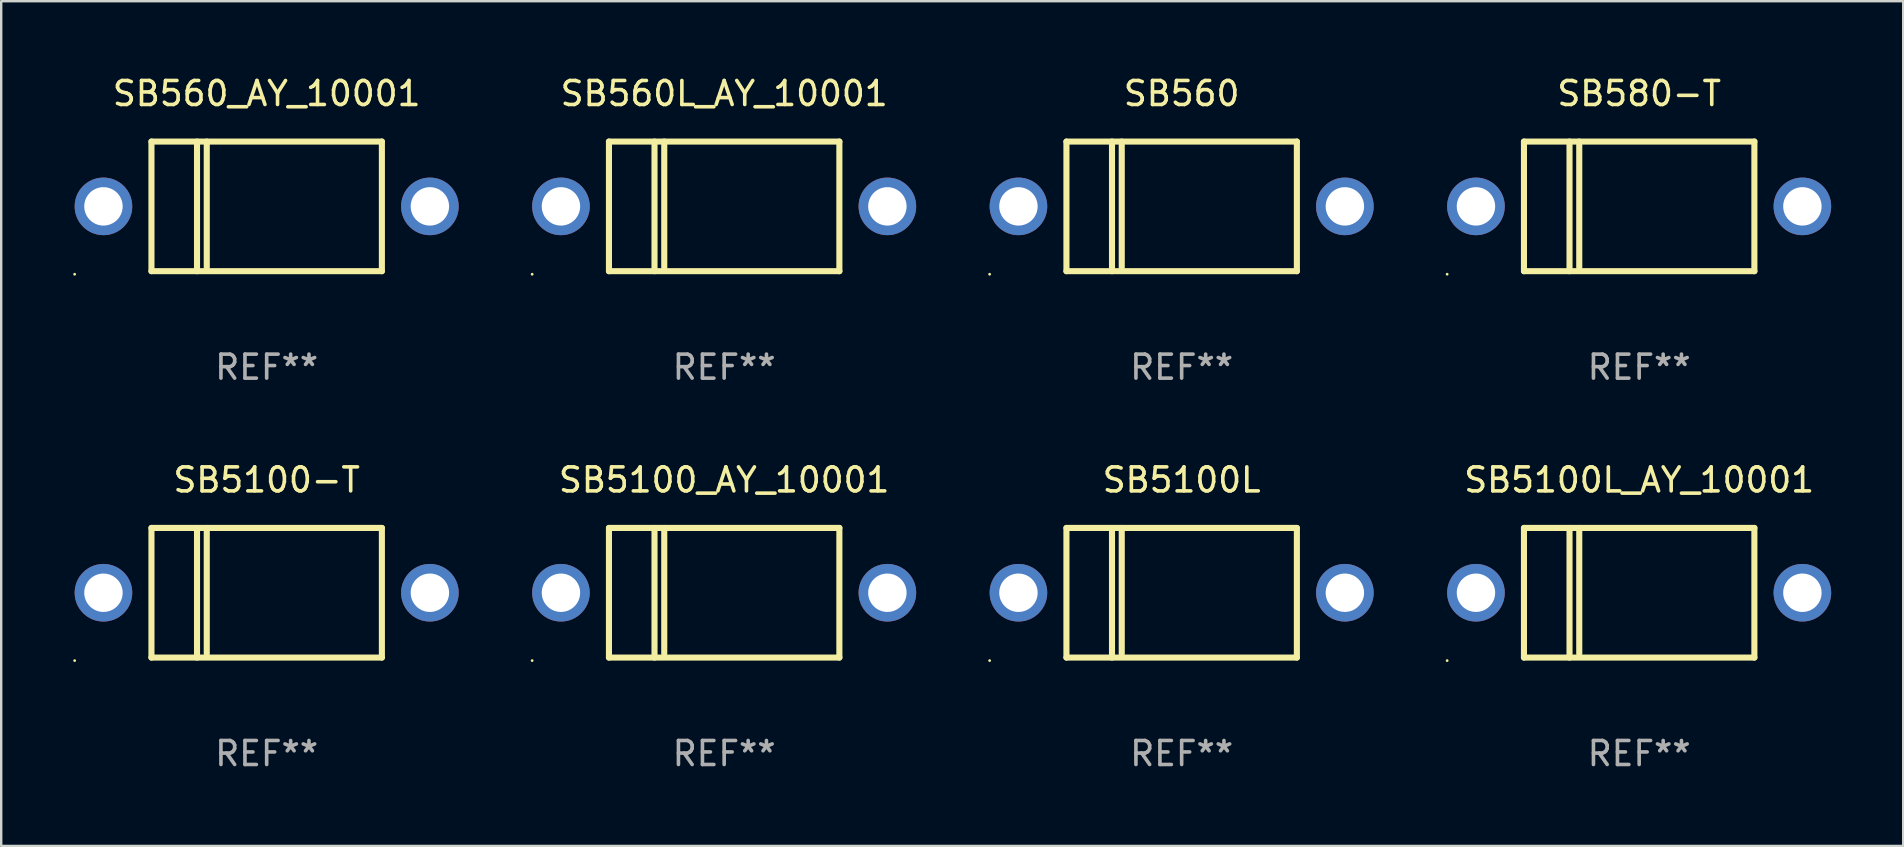
<source format=kicad_pcb>
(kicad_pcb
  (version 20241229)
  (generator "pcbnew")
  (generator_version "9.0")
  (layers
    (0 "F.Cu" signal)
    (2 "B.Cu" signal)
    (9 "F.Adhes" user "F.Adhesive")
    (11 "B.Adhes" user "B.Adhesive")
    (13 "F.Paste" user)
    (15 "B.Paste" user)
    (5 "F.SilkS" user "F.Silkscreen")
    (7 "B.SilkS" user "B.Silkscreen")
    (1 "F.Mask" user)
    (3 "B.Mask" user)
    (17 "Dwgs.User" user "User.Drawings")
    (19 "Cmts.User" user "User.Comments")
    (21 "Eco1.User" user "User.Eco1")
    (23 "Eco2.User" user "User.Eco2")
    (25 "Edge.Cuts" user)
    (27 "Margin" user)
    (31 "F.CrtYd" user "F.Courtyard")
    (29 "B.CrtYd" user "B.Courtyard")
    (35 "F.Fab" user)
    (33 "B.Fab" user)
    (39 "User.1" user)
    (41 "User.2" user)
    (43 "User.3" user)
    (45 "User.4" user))
  (footprint "SB560_AY_10001"
    (layer "F.Cu")
    (at 8.06 5.548)
    (property "Reference" "SB560_AY_10001" (at 0 -4.7 0) (layer "F.SilkS") (effects (font (size 1 1) (thickness 0.15))))
    (attr through_hole)
    (fp_line (start -4.8 -2.7) (end -4.8 2.7) (stroke (width 0.254) (type solid)) (layer "F.SilkS"))
    (fp_line (start -4.8 -2.7) (end 4.8 -2.7) (stroke (width 0.254) (type solid)) (layer "F.SilkS"))
    (fp_line (start -2.902 -2.7) (end -2.902 2.7) (stroke (width 0.254) (type solid)) (layer "F.SilkS"))
    (fp_line (start -2.496 -2.7) (end -2.496 2.54) (stroke (width 0.254) (type solid)) (layer "F.SilkS"))
    (fp_line (start 4.8 -2.7) (end 4.8 2.7) (stroke (width 0.254) (type solid)) (layer "F.SilkS"))
    (fp_line (start 4.8 2.7) (end -4.8 2.7) (stroke (width 0.254) (type solid)) (layer "F.SilkS"))
    (fp_circle (center -8 2.827) (end -7.97 2.827) (stroke (width 0.06) (type solid)) (fill no) (layer "F.SilkS"))
    (fp_text user "REF**" (at 0 6.7 0) (layer "F.Fab") (effects (font (size 1 1) (thickness 0.15))))
    (pad "1" thru_hole circle (at -6.8 0) (size 2.4 2.4) (drill 1.6) (layers "*.Cu" "*.Mask"))
    (pad "2" thru_hole circle (at 6.8 0) (size 2.4 2.4) (drill 1.6) (layers "*.Cu" "*.Mask")))
  (footprint "SB560"
    (layer "F.Cu")
    (at 46.18 5.548)
    (property "Reference" "SB560" (at 0 -4.7 0) (layer "F.SilkS") (effects (font (size 1 1) (thickness 0.15))))
    (attr through_hole)
    (fp_line (start -4.8 -2.7) (end -4.8 2.7) (stroke (width 0.254) (type solid)) (layer "F.SilkS"))
    (fp_line (start -4.8 -2.7) (end 4.8 -2.7) (stroke (width 0.254) (type solid)) (layer "F.SilkS"))
    (fp_line (start -2.902 -2.7) (end -2.902 2.7) (stroke (width 0.254) (type solid)) (layer "F.SilkS"))
    (fp_line (start -2.496 -2.7) (end -2.496 2.54) (stroke (width 0.254) (type solid)) (layer "F.SilkS"))
    (fp_line (start 4.8 -2.7) (end 4.8 2.7) (stroke (width 0.254) (type solid)) (layer "F.SilkS"))
    (fp_line (start 4.8 2.7) (end -4.8 2.7) (stroke (width 0.254) (type solid)) (layer "F.SilkS"))
    (fp_circle (center -8 2.827) (end -7.97 2.827) (stroke (width 0.06) (type solid)) (fill no) (layer "F.SilkS"))
    (fp_text user "REF**" (at 0 6.7 0) (layer "F.Fab") (effects (font (size 1 1) (thickness 0.15))))
    (pad "1" thru_hole circle (at -6.8 0) (size 2.4 2.4) (drill 1.6) (layers "*.Cu" "*.Mask"))
    (pad "2" thru_hole circle (at 6.8 0) (size 2.4 2.4) (drill 1.6) (layers "*.Cu" "*.Mask")))
  (footprint "SB5100L_AY_10001"
    (layer "F.Cu")
    (at 65.241 21.645)
    (property "Reference" "SB5100L_AY_10001" (at 0 -4.7 0) (layer "F.SilkS") (effects (font (size 1 1) (thickness 0.15))))
    (attr through_hole)
    (fp_line (start -4.8 -2.7) (end -4.8 2.7) (stroke (width 0.254) (type solid)) (layer "F.SilkS"))
    (fp_line (start -4.8 -2.7) (end 4.8 -2.7) (stroke (width 0.254) (type solid)) (layer "F.SilkS"))
    (fp_line (start -2.902 -2.7) (end -2.902 2.7) (stroke (width 0.254) (type solid)) (layer "F.SilkS"))
    (fp_line (start -2.496 -2.7) (end -2.496 2.54) (stroke (width 0.254) (type solid)) (layer "F.SilkS"))
    (fp_line (start 4.8 -2.7) (end 4.8 2.7) (stroke (width 0.254) (type solid)) (layer "F.SilkS"))
    (fp_line (start 4.8 2.7) (end -4.8 2.7) (stroke (width 0.254) (type solid)) (layer "F.SilkS"))
    (fp_circle (center -8 2.827) (end -7.97 2.827) (stroke (width 0.06) (type solid)) (fill no) (layer "F.SilkS"))
    (fp_text user "REF**" (at 0 6.7 0) (layer "F.Fab") (effects (font (size 1 1) (thickness 0.15))))
    (pad "1" thru_hole circle (at -6.8 0) (size 2.4 2.4) (drill 1.6) (layers "*.Cu" "*.Mask"))
    (pad "2" thru_hole circle (at 6.8 0) (size 2.4 2.4) (drill 1.6) (layers "*.Cu" "*.Mask")))
  (footprint "SB5100L"
    (layer "F.Cu")
    (at 46.18 21.645)
    (property "Reference" "SB5100L" (at 0 -4.7 0) (layer "F.SilkS") (effects (font (size 1 1) (thickness 0.15))))
    (attr through_hole)
    (fp_line (start -4.8 -2.7) (end -4.8 2.7) (stroke (width 0.254) (type solid)) (layer "F.SilkS"))
    (fp_line (start -4.8 -2.7) (end 4.8 -2.7) (stroke (width 0.254) (type solid)) (layer "F.SilkS"))
    (fp_line (start -2.902 -2.7) (end -2.902 2.7) (stroke (width 0.254) (type solid)) (layer "F.SilkS"))
    (fp_line (start -2.496 -2.7) (end -2.496 2.54) (stroke (width 0.254) (type solid)) (layer "F.SilkS"))
    (fp_line (start 4.8 -2.7) (end 4.8 2.7) (stroke (width 0.254) (type solid)) (layer "F.SilkS"))
    (fp_line (start 4.8 2.7) (end -4.8 2.7) (stroke (width 0.254) (type solid)) (layer "F.SilkS"))
    (fp_circle (center -8 2.827) (end -7.97 2.827) (stroke (width 0.06) (type solid)) (fill no) (layer "F.SilkS"))
    (fp_text user "REF**" (at 0 6.7 0) (layer "F.Fab") (effects (font (size 1 1) (thickness 0.15))))
    (pad "1" thru_hole circle (at -6.8 0) (size 2.4 2.4) (drill 1.6) (layers "*.Cu" "*.Mask"))
    (pad "2" thru_hole circle (at 6.8 0) (size 2.4 2.4) (drill 1.6) (layers "*.Cu" "*.Mask")))
  (footprint "SB5100_AY_10001"
    (layer "F.Cu")
    (at 27.12 21.645)
    (property "Reference" "SB5100_AY_10001" (at 0 -4.7 0) (layer "F.SilkS") (effects (font (size 1 1) (thickness 0.15))))
    (attr through_hole)
    (fp_line (start -4.8 -2.7) (end -4.8 2.7) (stroke (width 0.254) (type solid)) (layer "F.SilkS"))
    (fp_line (start -4.8 -2.7) (end 4.8 -2.7) (stroke (width 0.254) (type solid)) (layer "F.SilkS"))
    (fp_line (start -2.902 -2.7) (end -2.902 2.7) (stroke (width 0.254) (type solid)) (layer "F.SilkS"))
    (fp_line (start -2.496 -2.7) (end -2.496 2.54) (stroke (width 0.254) (type solid)) (layer "F.SilkS"))
    (fp_line (start 4.8 -2.7) (end 4.8 2.7) (stroke (width 0.254) (type solid)) (layer "F.SilkS"))
    (fp_line (start 4.8 2.7) (end -4.8 2.7) (stroke (width 0.254) (type solid)) (layer "F.SilkS"))
    (fp_circle (center -8 2.827) (end -7.97 2.827) (stroke (width 0.06) (type solid)) (fill no) (layer "F.SilkS"))
    (fp_text user "REF**" (at 0 6.7 0) (layer "F.Fab") (effects (font (size 1 1) (thickness 0.15))))
    (pad "1" thru_hole circle (at -6.8 0) (size 2.4 2.4) (drill 1.6) (layers "*.Cu" "*.Mask"))
    (pad "2" thru_hole circle (at 6.8 0) (size 2.4 2.4) (drill 1.6) (layers "*.Cu" "*.Mask")))
  (footprint "SB5100-T"
    (layer "F.Cu")
    (at 8.06 21.645)
    (property "Reference" "SB5100-T" (at 0 -4.7 0) (layer "F.SilkS") (effects (font (size 1 1) (thickness 0.15))))
    (attr through_hole)
    (fp_line (start -4.8 -2.7) (end -4.8 2.7) (stroke (width 0.254) (type solid)) (layer "F.SilkS"))
    (fp_line (start -4.8 -2.7) (end 4.8 -2.7) (stroke (width 0.254) (type solid)) (layer "F.SilkS"))
    (fp_line (start -2.902 -2.7) (end -2.902 2.7) (stroke (width 0.254) (type solid)) (layer "F.SilkS"))
    (fp_line (start -2.496 -2.7) (end -2.496 2.54) (stroke (width 0.254) (type solid)) (layer "F.SilkS"))
    (fp_line (start 4.8 -2.7) (end 4.8 2.7) (stroke (width 0.254) (type solid)) (layer "F.SilkS"))
    (fp_line (start 4.8 2.7) (end -4.8 2.7) (stroke (width 0.254) (type solid)) (layer "F.SilkS"))
    (fp_circle (center -8 2.827) (end -7.97 2.827) (stroke (width 0.06) (type solid)) (fill no) (layer "F.SilkS"))
    (fp_text user "REF**" (at 0 6.7 0) (layer "F.Fab") (effects (font (size 1 1) (thickness 0.15))))
    (pad "1" thru_hole circle (at -6.8 0) (size 2.4 2.4) (drill 1.6) (layers "*.Cu" "*.Mask"))
    (pad "2" thru_hole circle (at 6.8 0) (size 2.4 2.4) (drill 1.6) (layers "*.Cu" "*.Mask")))
  (footprint "SB560L_AY_10001"
    (layer "F.Cu")
    (at 27.12 5.548)
    (property "Reference" "SB560L_AY_10001" (at 0 -4.7 0) (layer "F.SilkS") (effects (font (size 1 1) (thickness 0.15))))
    (attr through_hole)
    (fp_line (start -4.8 -2.7) (end -4.8 2.7) (stroke (width 0.254) (type solid)) (layer "F.SilkS"))
    (fp_line (start -4.8 -2.7) (end 4.8 -2.7) (stroke (width 0.254) (type solid)) (layer "F.SilkS"))
    (fp_line (start -2.902 -2.7) (end -2.902 2.7) (stroke (width 0.254) (type solid)) (layer "F.SilkS"))
    (fp_line (start -2.496 -2.7) (end -2.496 2.54) (stroke (width 0.254) (type solid)) (layer "F.SilkS"))
    (fp_line (start 4.8 -2.7) (end 4.8 2.7) (stroke (width 0.254) (type solid)) (layer "F.SilkS"))
    (fp_line (start 4.8 2.7) (end -4.8 2.7) (stroke (width 0.254) (type solid)) (layer "F.SilkS"))
    (fp_circle (center -8 2.827) (end -7.97 2.827) (stroke (width 0.06) (type solid)) (fill no) (layer "F.SilkS"))
    (fp_text user "REF**" (at 0 6.7 0) (layer "F.Fab") (effects (font (size 1 1) (thickness 0.15))))
    (pad "1" thru_hole circle (at -6.8 0) (size 2.4 2.4) (drill 1.6) (layers "*.Cu" "*.Mask"))
    (pad "2" thru_hole circle (at 6.8 0) (size 2.4 2.4) (drill 1.6) (layers "*.Cu" "*.Mask")))
  (footprint "SB580-T"
    (layer "F.Cu")
    (at 65.241 5.548)
    (property "Reference" "SB580-T" (at 0 -4.7 0) (layer "F.SilkS") (effects (font (size 1 1) (thickness 0.15))))
    (attr through_hole)
    (fp_line (start -4.8 -2.7) (end -4.8 2.7) (stroke (width 0.254) (type solid)) (layer "F.SilkS"))
    (fp_line (start -4.8 -2.7) (end 4.8 -2.7) (stroke (width 0.254) (type solid)) (layer "F.SilkS"))
    (fp_line (start -2.902 -2.7) (end -2.902 2.7) (stroke (width 0.254) (type solid)) (layer "F.SilkS"))
    (fp_line (start -2.496 -2.7) (end -2.496 2.54) (stroke (width 0.254) (type solid)) (layer "F.SilkS"))
    (fp_line (start 4.8 -2.7) (end 4.8 2.7) (stroke (width 0.254) (type solid)) (layer "F.SilkS"))
    (fp_line (start 4.8 2.7) (end -4.8 2.7) (stroke (width 0.254) (type solid)) (layer "F.SilkS"))
    (fp_circle (center -8 2.827) (end -7.97 2.827) (stroke (width 0.06) (type solid)) (fill no) (layer "F.SilkS"))
    (fp_text user "REF**" (at 0 6.7 0) (layer "F.Fab") (effects (font (size 1 1) (thickness 0.15))))
    (pad "1" thru_hole circle (at -6.8 0) (size 2.4 2.4) (drill 1.6) (layers "*.Cu" "*.Mask"))
    (pad "2" thru_hole circle (at 6.8 0) (size 2.4 2.4) (drill 1.6) (layers "*.Cu" "*.Mask")))
  (gr_rect
    (start -3 -3)
    (end 76.241 32.193)
    (stroke (width 0.1) (type default))
    (fill no)
    (layer "Edge.Cuts")))
</source>
